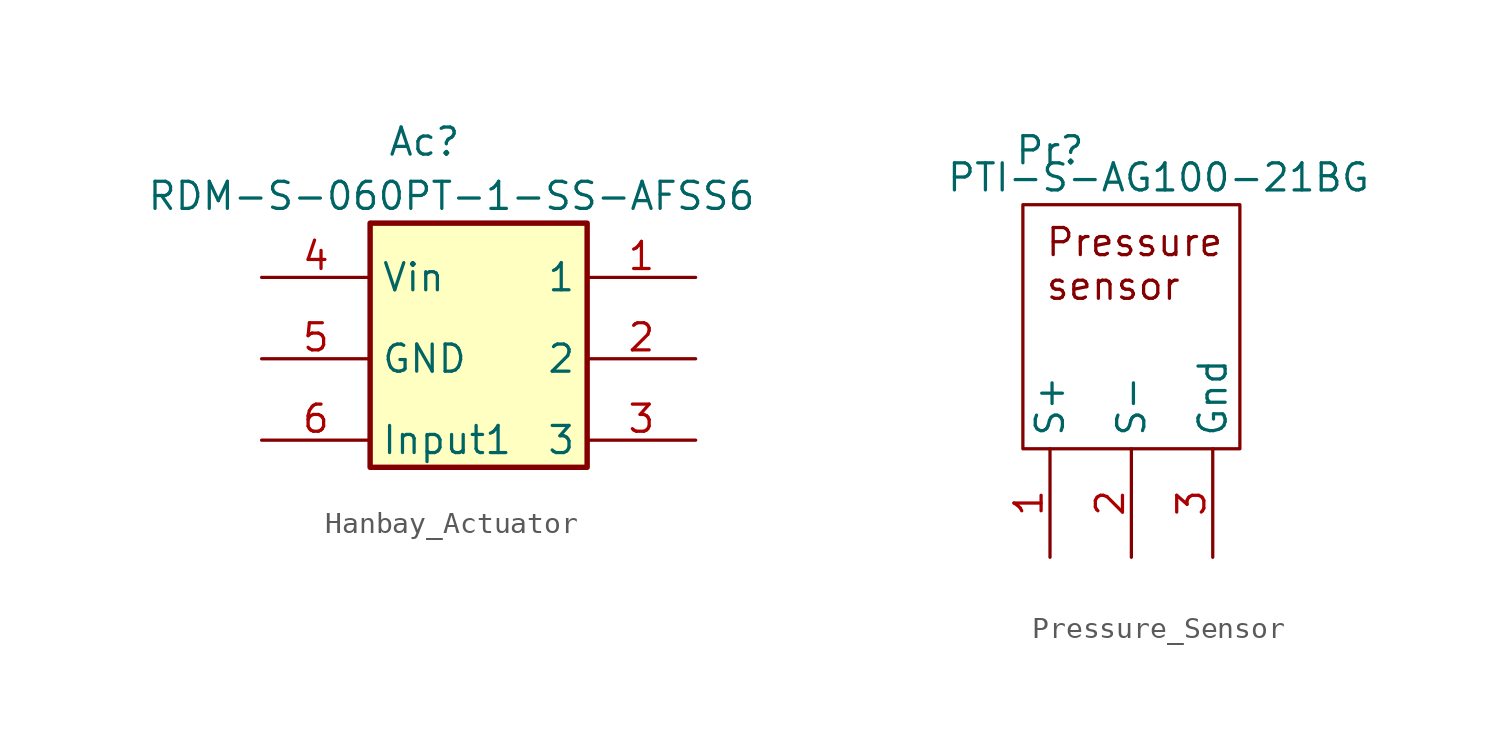
<source format=kicad_sym>
(kicad_symbol_lib
  (version 20220914)
  (generator kicad_symbol_editor)
  (symbol "Hanbay_Actuator"
    (property "Reference" "Ac"
      (at -2.54 11.43 0)
      (effects (font (size 1.27 1.27))))
    (property "Value" "RDM-S-060PT-1-SS-AFSS6"
      (at -1.27 8.89 0)
      (effects (font (size 1.27 1.27))))
    (symbol "Hanbay_Actuator_0_1"
      (rectangle (start -5.08 7.62) (end 5.08 -3.81) (stroke (width 0.254) (type default)) (fill (type background))))
    (symbol "Hanbay_Actuator_1_1"
      (pin output line (at 10.16 5.08 180) (length 5.08) (name "1" (effects (font (size 1.27 1.27)))) (number "1" (effects (font (size 1.27 1.27)))))
      (pin output line (at 10.16 1.27 180) (length 5.08) (name "2" (effects (font (size 1.27 1.27)))) (number "2" (effects (font (size 1.27 1.27)))))
      (pin input line (at 10.16 -2.54 180) (length 5.08) (name "3" (effects (font (size 1.27 1.27)))) (number "3" (effects (font (size 1.27 1.27)))))
      (pin power_in line (at -10.16 5.08 0) (length 5.08) (name "Vin" (effects (font (size 1.27 1.27)))) (number "4" (effects (font (size 1.27 1.27)))))
      (pin power_in line (at -10.16 1.27 0) (length 5.08) (name "GND" (effects (font (size 1.27 1.27)))) (number "5" (effects (font (size 1.27 1.27)))))
      (pin power_in line (at -10.16 -2.54 0) (length 5.08) (name "Input1" (effects (font (size 1.27 1.27)))) (number "6" (effects (font (size 1.27 1.27)))))))
  (symbol "Pressure_Sensor"
    (property "Reference" "Pr"
      (at -3.81 3.81 0)
      (effects (font (size 1.27 1.27))))
    (property "Value" "PTI-S-AG100-21BG"
      (at 1.27 2.54 0)
      (effects (font (size 1.27 1.27))))
    (symbol "Pressure_Sensor_1_1"
      (text_box "Pressure sensor" (at -5.08 1.27 0) (size 10.16 -11.43) (stroke (width 0) (type default)) (fill (type color) (color 0 0 0 0)) (effects (font (size 1.27 1.27)) (justify left top)))
      (pin power_in line (at -3.81 -15.24 90) (length 5.08) (name "S+" (effects (font (size 1.27 1.27)))) (number "1" (effects (font (size 1.27 1.27)))))
      (pin output line (at 0 -15.24 90) (length 5.08) (name "S-" (effects (font (size 1.27 1.27)))) (number "2" (effects (font (size 1.27 1.27)))))
      (pin output line (at 3.81 -15.24 90) (length 5.08) (name "Gnd" (effects (font (size 1.27 1.27)))) (number "3" (effects (font (size 1.27 1.27))))))))
</source>
